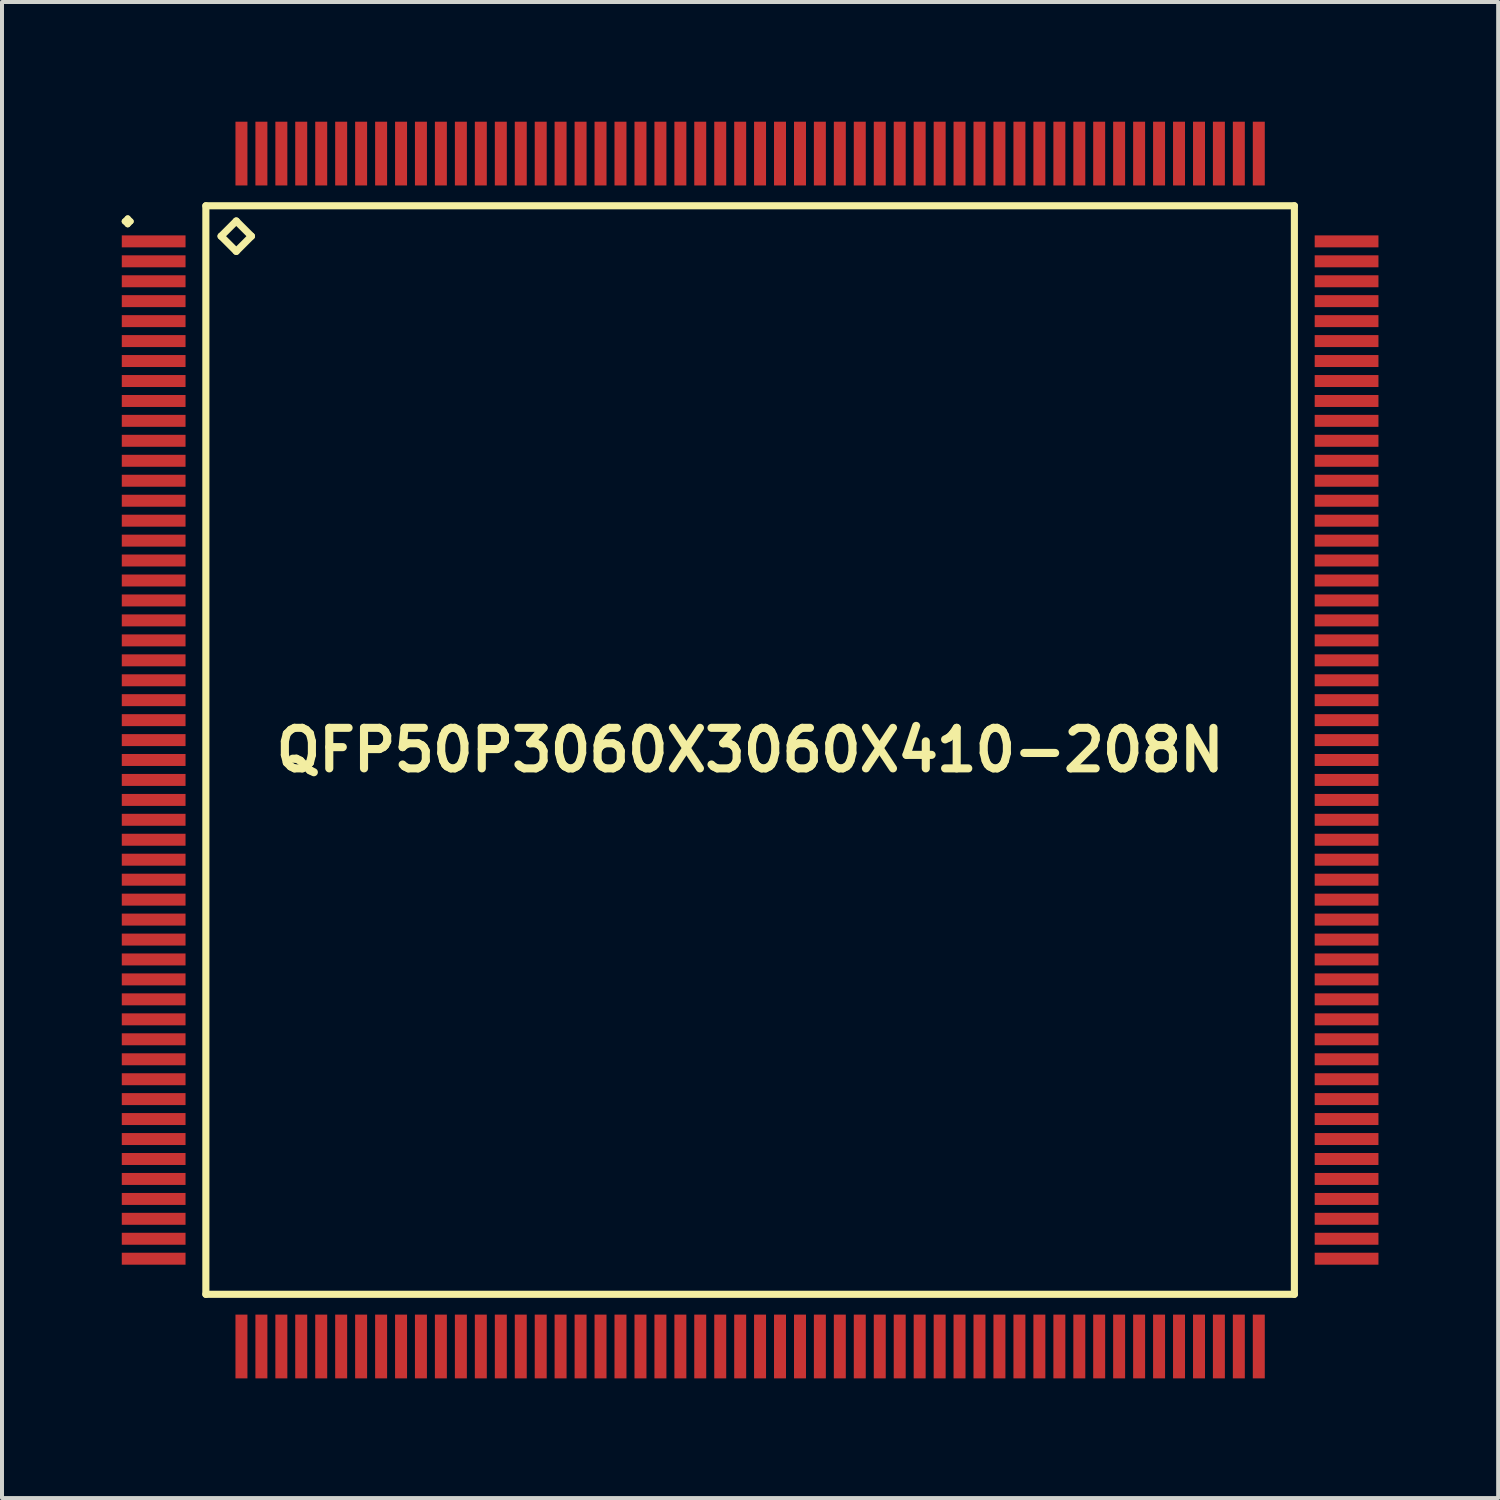
<source format=kicad_pcb>
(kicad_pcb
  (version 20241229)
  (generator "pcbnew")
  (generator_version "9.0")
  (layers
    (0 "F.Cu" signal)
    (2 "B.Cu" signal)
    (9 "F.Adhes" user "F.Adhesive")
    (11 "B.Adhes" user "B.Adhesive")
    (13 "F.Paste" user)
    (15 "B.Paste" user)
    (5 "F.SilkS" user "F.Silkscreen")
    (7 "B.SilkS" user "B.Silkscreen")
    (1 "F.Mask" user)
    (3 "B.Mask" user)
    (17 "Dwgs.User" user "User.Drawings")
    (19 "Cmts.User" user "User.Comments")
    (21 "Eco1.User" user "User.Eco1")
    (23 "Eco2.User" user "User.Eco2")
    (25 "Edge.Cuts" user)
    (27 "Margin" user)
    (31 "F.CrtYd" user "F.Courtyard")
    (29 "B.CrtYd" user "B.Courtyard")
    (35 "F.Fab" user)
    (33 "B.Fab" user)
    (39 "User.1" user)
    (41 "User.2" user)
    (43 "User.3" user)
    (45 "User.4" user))
  (footprint "QFP50P3060X3060X410-208N"
    (layer "F.Cu")
    (at 15.749 15.747)
    (property "Reference" "QFP50P3060X3060X410-208N" (at 0 0 0) (layer "F.SilkS") (effects (font (size 1.016 1.016) (thickness 0.203))))
    (attr smd)
    (fp_line (start -15.674 -13.249) (end -15.598 -13.325) (stroke (width 0.15) (type solid)) (layer "F.SilkS"))
    (fp_line (start -15.598 -13.325) (end -15.524 -13.249) (stroke (width 0.15) (type solid)) (layer "F.SilkS"))
    (fp_line (start -15.598 -13.175) (end -15.674 -13.249) (stroke (width 0.15) (type solid)) (layer "F.SilkS"))
    (fp_line (start -15.524 -13.249) (end -15.598 -13.175) (stroke (width 0.15) (type solid)) (layer "F.SilkS"))
    (fp_line (start -13.64 -13.64) (end -13.64 13.64) (stroke (width 0.178) (type solid)) (layer "F.SilkS"))
    (fp_line (start -13.64 13.64) (end 13.64 13.64) (stroke (width 0.178) (type solid)) (layer "F.SilkS"))
    (fp_line (start -13.259 -12.878) (end -12.878 -13.259) (stroke (width 0.178) (type solid)) (layer "F.SilkS"))
    (fp_line (start -12.878 -13.259) (end -12.497 -12.878) (stroke (width 0.178) (type solid)) (layer "F.SilkS"))
    (fp_line (start -12.878 -12.497) (end -13.259 -12.878) (stroke (width 0.178) (type solid)) (layer "F.SilkS"))
    (fp_line (start -12.497 -12.878) (end -12.878 -12.497) (stroke (width 0.178) (type solid)) (layer "F.SilkS"))
    (fp_line (start 13.64 -13.64) (end -13.64 -13.64) (stroke (width 0.178) (type solid)) (layer "F.SilkS"))
    (fp_line (start 13.64 13.64) (end 13.64 -13.64) (stroke (width 0.178) (type solid)) (layer "F.SilkS"))
    (pad "1" smd rect (at -14.948 -12.748) (size 1.598 0.3) (layers "F.Cu" "F.Mask" "F.Paste"))
    (pad "2" smd rect (at -14.948 -12.248) (size 1.598 0.3) (layers "F.Cu" "F.Mask" "F.Paste"))
    (pad "3" smd rect (at -14.948 -11.748) (size 1.598 0.3) (layers "F.Cu" "F.Mask" "F.Paste"))
    (pad "4" smd rect (at -14.948 -11.25) (size 1.598 0.3) (layers "F.Cu" "F.Mask" "F.Paste"))
    (pad "5" smd rect (at -14.948 -10.749) (size 1.598 0.3) (layers "F.Cu" "F.Mask" "F.Paste"))
    (pad "6" smd rect (at -14.948 -10.249) (size 1.598 0.3) (layers "F.Cu" "F.Mask" "F.Paste"))
    (pad "7" smd rect (at -14.948 -9.749) (size 1.598 0.3) (layers "F.Cu" "F.Mask" "F.Paste"))
    (pad "8" smd rect (at -14.948 -9.248) (size 1.598 0.3) (layers "F.Cu" "F.Mask" "F.Paste"))
    (pad "9" smd rect (at -14.948 -8.748) (size 1.598 0.3) (layers "F.Cu" "F.Mask" "F.Paste"))
    (pad "10" smd rect (at -14.948 -8.25) (size 1.598 0.3) (layers "F.Cu" "F.Mask" "F.Paste"))
    (pad "11" smd rect (at -14.948 -7.75) (size 1.598 0.3) (layers "F.Cu" "F.Mask" "F.Paste"))
    (pad "12" smd rect (at -14.948 -7.249) (size 1.598 0.3) (layers "F.Cu" "F.Mask" "F.Paste"))
    (pad "13" smd rect (at -14.948 -6.749) (size 1.598 0.3) (layers "F.Cu" "F.Mask" "F.Paste"))
    (pad "14" smd rect (at -14.948 -6.248) (size 1.598 0.3) (layers "F.Cu" "F.Mask" "F.Paste"))
    (pad "15" smd rect (at -14.948 -5.748) (size 1.598 0.3) (layers "F.Cu" "F.Mask" "F.Paste"))
    (pad "16" smd rect (at -14.948 -5.248) (size 1.598 0.3) (layers "F.Cu" "F.Mask" "F.Paste"))
    (pad "17" smd rect (at -14.948 -4.75) (size 1.598 0.3) (layers "F.Cu" "F.Mask" "F.Paste"))
    (pad "18" smd rect (at -14.948 -4.249) (size 1.598 0.3) (layers "F.Cu" "F.Mask" "F.Paste"))
    (pad "19" smd rect (at -14.948 -3.749) (size 1.598 0.3) (layers "F.Cu" "F.Mask" "F.Paste"))
    (pad "20" smd rect (at -14.948 -3.249) (size 1.598 0.3) (layers "F.Cu" "F.Mask" "F.Paste"))
    (pad "21" smd rect (at -14.948 -2.748) (size 1.598 0.3) (layers "F.Cu" "F.Mask" "F.Paste"))
    (pad "22" smd rect (at -14.948 -2.248) (size 1.598 0.3) (layers "F.Cu" "F.Mask" "F.Paste"))
    (pad "23" smd rect (at -14.948 -1.748) (size 1.598 0.3) (layers "F.Cu" "F.Mask" "F.Paste"))
    (pad "24" smd rect (at -14.948 -1.25) (size 1.598 0.3) (layers "F.Cu" "F.Mask" "F.Paste"))
    (pad "25" smd rect (at -14.948 -0.749) (size 1.598 0.3) (layers "F.Cu" "F.Mask" "F.Paste"))
    (pad "26" smd rect (at -14.948 -0.249) (size 1.598 0.3) (layers "F.Cu" "F.Mask" "F.Paste"))
    (pad "27" smd rect (at -14.948 0.249) (size 1.598 0.3) (layers "F.Cu" "F.Mask" "F.Paste"))
    (pad "28" smd rect (at -14.948 0.749) (size 1.598 0.3) (layers "F.Cu" "F.Mask" "F.Paste"))
    (pad "29" smd rect (at -14.948 1.25) (size 1.598 0.3) (layers "F.Cu" "F.Mask" "F.Paste"))
    (pad "30" smd rect (at -14.948 1.748) (size 1.598 0.3) (layers "F.Cu" "F.Mask" "F.Paste"))
    (pad "31" smd rect (at -14.948 2.248) (size 1.598 0.3) (layers "F.Cu" "F.Mask" "F.Paste"))
    (pad "32" smd rect (at -14.948 2.748) (size 1.598 0.3) (layers "F.Cu" "F.Mask" "F.Paste"))
    (pad "33" smd rect (at -14.948 3.249) (size 1.598 0.3) (layers "F.Cu" "F.Mask" "F.Paste"))
    (pad "34" smd rect (at -14.948 3.749) (size 1.598 0.3) (layers "F.Cu" "F.Mask" "F.Paste"))
    (pad "35" smd rect (at -14.948 4.249) (size 1.598 0.3) (layers "F.Cu" "F.Mask" "F.Paste"))
    (pad "36" smd rect (at -14.948 4.75) (size 1.598 0.3) (layers "F.Cu" "F.Mask" "F.Paste"))
    (pad "37" smd rect (at -14.948 5.248) (size 1.598 0.3) (layers "F.Cu" "F.Mask" "F.Paste"))
    (pad "38" smd rect (at -14.948 5.748) (size 1.598 0.3) (layers "F.Cu" "F.Mask" "F.Paste"))
    (pad "39" smd rect (at -14.948 6.248) (size 1.598 0.3) (layers "F.Cu" "F.Mask" "F.Paste"))
    (pad "40" smd rect (at -14.948 6.749) (size 1.598 0.3) (layers "F.Cu" "F.Mask" "F.Paste"))
    (pad "41" smd rect (at -14.948 7.249) (size 1.598 0.3) (layers "F.Cu" "F.Mask" "F.Paste"))
    (pad "42" smd rect (at -14.948 7.75) (size 1.598 0.3) (layers "F.Cu" "F.Mask" "F.Paste"))
    (pad "43" smd rect (at -14.948 8.25) (size 1.598 0.3) (layers "F.Cu" "F.Mask" "F.Paste"))
    (pad "44" smd rect (at -14.948 8.748) (size 1.598 0.3) (layers "F.Cu" "F.Mask" "F.Paste"))
    (pad "45" smd rect (at -14.948 9.248) (size 1.598 0.3) (layers "F.Cu" "F.Mask" "F.Paste"))
    (pad "46" smd rect (at -14.948 9.749) (size 1.598 0.3) (layers "F.Cu" "F.Mask" "F.Paste"))
    (pad "47" smd rect (at -14.948 10.249) (size 1.598 0.3) (layers "F.Cu" "F.Mask" "F.Paste"))
    (pad "48" smd rect (at -14.948 10.749) (size 1.598 0.3) (layers "F.Cu" "F.Mask" "F.Paste"))
    (pad "49" smd rect (at -14.948 11.25) (size 1.598 0.3) (layers "F.Cu" "F.Mask" "F.Paste"))
    (pad "50" smd rect (at -14.948 11.748) (size 1.598 0.3) (layers "F.Cu" "F.Mask" "F.Paste"))
    (pad "51" smd rect (at -14.948 12.248) (size 1.598 0.3) (layers "F.Cu" "F.Mask" "F.Paste"))
    (pad "52" smd rect (at -14.948 12.748) (size 1.598 0.3) (layers "F.Cu" "F.Mask" "F.Paste"))
    (pad "53" smd rect (at -12.748 14.948) (size 0.3 1.598) (layers "F.Cu" "F.Mask" "F.Paste"))
    (pad "54" smd rect (at -12.248 14.948) (size 0.3 1.598) (layers "F.Cu" "F.Mask" "F.Paste"))
    (pad "55" smd rect (at -11.748 14.948) (size 0.3 1.598) (layers "F.Cu" "F.Mask" "F.Paste"))
    (pad "56" smd rect (at -11.25 14.948) (size 0.3 1.598) (layers "F.Cu" "F.Mask" "F.Paste"))
    (pad "57" smd rect (at -10.749 14.948) (size 0.3 1.598) (layers "F.Cu" "F.Mask" "F.Paste"))
    (pad "58" smd rect (at -10.249 14.948) (size 0.3 1.598) (layers "F.Cu" "F.Mask" "F.Paste"))
    (pad "59" smd rect (at -9.749 14.948) (size 0.3 1.598) (layers "F.Cu" "F.Mask" "F.Paste"))
    (pad "60" smd rect (at -9.248 14.948) (size 0.3 1.598) (layers "F.Cu" "F.Mask" "F.Paste"))
    (pad "61" smd rect (at -8.748 14.948) (size 0.3 1.598) (layers "F.Cu" "F.Mask" "F.Paste"))
    (pad "62" smd rect (at -8.25 14.948) (size 0.3 1.598) (layers "F.Cu" "F.Mask" "F.Paste"))
    (pad "63" smd rect (at -7.75 14.948) (size 0.3 1.598) (layers "F.Cu" "F.Mask" "F.Paste"))
    (pad "64" smd rect (at -7.249 14.948) (size 0.3 1.598) (layers "F.Cu" "F.Mask" "F.Paste"))
    (pad "65" smd rect (at -6.749 14.948) (size 0.3 1.598) (layers "F.Cu" "F.Mask" "F.Paste"))
    (pad "66" smd rect (at -6.248 14.948) (size 0.3 1.598) (layers "F.Cu" "F.Mask" "F.Paste"))
    (pad "67" smd rect (at -5.748 14.948) (size 0.3 1.598) (layers "F.Cu" "F.Mask" "F.Paste"))
    (pad "68" smd rect (at -5.248 14.948) (size 0.3 1.598) (layers "F.Cu" "F.Mask" "F.Paste"))
    (pad "69" smd rect (at -4.75 14.948) (size 0.3 1.598) (layers "F.Cu" "F.Mask" "F.Paste"))
    (pad "70" smd rect (at -4.249 14.948) (size 0.3 1.598) (layers "F.Cu" "F.Mask" "F.Paste"))
    (pad "71" smd rect (at -3.749 14.948) (size 0.3 1.598) (layers "F.Cu" "F.Mask" "F.Paste"))
    (pad "72" smd rect (at -3.249 14.948) (size 0.3 1.598) (layers "F.Cu" "F.Mask" "F.Paste"))
    (pad "73" smd rect (at -2.748 14.948) (size 0.3 1.598) (layers "F.Cu" "F.Mask" "F.Paste"))
    (pad "74" smd rect (at -2.248 14.948) (size 0.3 1.598) (layers "F.Cu" "F.Mask" "F.Paste"))
    (pad "75" smd rect (at -1.748 14.948) (size 0.3 1.598) (layers "F.Cu" "F.Mask" "F.Paste"))
    (pad "76" smd rect (at -1.25 14.948) (size 0.3 1.598) (layers "F.Cu" "F.Mask" "F.Paste"))
    (pad "77" smd rect (at -0.749 14.948) (size 0.3 1.598) (layers "F.Cu" "F.Mask" "F.Paste"))
    (pad "78" smd rect (at -0.249 14.948) (size 0.3 1.598) (layers "F.Cu" "F.Mask" "F.Paste"))
    (pad "79" smd rect (at 0.249 14.948) (size 0.3 1.598) (layers "F.Cu" "F.Mask" "F.Paste"))
    (pad "80" smd rect (at 0.749 14.948) (size 0.3 1.598) (layers "F.Cu" "F.Mask" "F.Paste"))
    (pad "81" smd rect (at 1.25 14.948) (size 0.3 1.598) (layers "F.Cu" "F.Mask" "F.Paste"))
    (pad "82" smd rect (at 1.748 14.948) (size 0.3 1.598) (layers "F.Cu" "F.Mask" "F.Paste"))
    (pad "83" smd rect (at 2.248 14.948) (size 0.3 1.598) (layers "F.Cu" "F.Mask" "F.Paste"))
    (pad "84" smd rect (at 2.748 14.948) (size 0.3 1.598) (layers "F.Cu" "F.Mask" "F.Paste"))
    (pad "85" smd rect (at 3.249 14.948) (size 0.3 1.598) (layers "F.Cu" "F.Mask" "F.Paste"))
    (pad "86" smd rect (at 3.749 14.948) (size 0.3 1.598) (layers "F.Cu" "F.Mask" "F.Paste"))
    (pad "87" smd rect (at 4.249 14.948) (size 0.3 1.598) (layers "F.Cu" "F.Mask" "F.Paste"))
    (pad "88" smd rect (at 4.75 14.948) (size 0.3 1.598) (layers "F.Cu" "F.Mask" "F.Paste"))
    (pad "89" smd rect (at 5.248 14.948) (size 0.3 1.598) (layers "F.Cu" "F.Mask" "F.Paste"))
    (pad "90" smd rect (at 5.748 14.948) (size 0.3 1.598) (layers "F.Cu" "F.Mask" "F.Paste"))
    (pad "91" smd rect (at 6.248 14.948) (size 0.3 1.598) (layers "F.Cu" "F.Mask" "F.Paste"))
    (pad "92" smd rect (at 6.749 14.948) (size 0.3 1.598) (layers "F.Cu" "F.Mask" "F.Paste"))
    (pad "93" smd rect (at 7.249 14.948) (size 0.3 1.598) (layers "F.Cu" "F.Mask" "F.Paste"))
    (pad "94" smd rect (at 7.75 14.948) (size 0.3 1.598) (layers "F.Cu" "F.Mask" "F.Paste"))
    (pad "95" smd rect (at 8.25 14.948) (size 0.3 1.598) (layers "F.Cu" "F.Mask" "F.Paste"))
    (pad "96" smd rect (at 8.748 14.948) (size 0.3 1.598) (layers "F.Cu" "F.Mask" "F.Paste"))
    (pad "97" smd rect (at 9.248 14.948) (size 0.3 1.598) (layers "F.Cu" "F.Mask" "F.Paste"))
    (pad "98" smd rect (at 9.749 14.948) (size 0.3 1.598) (layers "F.Cu" "F.Mask" "F.Paste"))
    (pad "99" smd rect (at 10.249 14.948) (size 0.3 1.598) (layers "F.Cu" "F.Mask" "F.Paste"))
    (pad "100" smd rect (at 10.749 14.948) (size 0.3 1.598) (layers "F.Cu" "F.Mask" "F.Paste"))
    (pad "101" smd rect (at 11.25 14.948) (size 0.3 1.598) (layers "F.Cu" "F.Mask" "F.Paste"))
    (pad "102" smd rect (at 11.748 14.948) (size 0.3 1.598) (layers "F.Cu" "F.Mask" "F.Paste"))
    (pad "103" smd rect (at 12.248 14.948) (size 0.3 1.598) (layers "F.Cu" "F.Mask" "F.Paste"))
    (pad "104" smd rect (at 12.748 14.948) (size 0.3 1.598) (layers "F.Cu" "F.Mask" "F.Paste"))
    (pad "105" smd rect (at 14.948 12.748) (size 1.598 0.3) (layers "F.Cu" "F.Mask" "F.Paste"))
    (pad "106" smd rect (at 14.948 12.248) (size 1.598 0.3) (layers "F.Cu" "F.Mask" "F.Paste"))
    (pad "107" smd rect (at 14.948 11.748) (size 1.598 0.3) (layers "F.Cu" "F.Mask" "F.Paste"))
    (pad "108" smd rect (at 14.948 11.25) (size 1.598 0.3) (layers "F.Cu" "F.Mask" "F.Paste"))
    (pad "109" smd rect (at 14.948 10.749) (size 1.598 0.3) (layers "F.Cu" "F.Mask" "F.Paste"))
    (pad "110" smd rect (at 14.948 10.249) (size 1.598 0.3) (layers "F.Cu" "F.Mask" "F.Paste"))
    (pad "111" smd rect (at 14.948 9.749) (size 1.598 0.3) (layers "F.Cu" "F.Mask" "F.Paste"))
    (pad "112" smd rect (at 14.948 9.248) (size 1.598 0.3) (layers "F.Cu" "F.Mask" "F.Paste"))
    (pad "113" smd rect (at 14.948 8.748) (size 1.598 0.3) (layers "F.Cu" "F.Mask" "F.Paste"))
    (pad "114" smd rect (at 14.948 8.25) (size 1.598 0.3) (layers "F.Cu" "F.Mask" "F.Paste"))
    (pad "115" smd rect (at 14.948 7.75) (size 1.598 0.3) (layers "F.Cu" "F.Mask" "F.Paste"))
    (pad "116" smd rect (at 14.948 7.249) (size 1.598 0.3) (layers "F.Cu" "F.Mask" "F.Paste"))
    (pad "117" smd rect (at 14.948 6.749) (size 1.598 0.3) (layers "F.Cu" "F.Mask" "F.Paste"))
    (pad "118" smd rect (at 14.948 6.248) (size 1.598 0.3) (layers "F.Cu" "F.Mask" "F.Paste"))
    (pad "119" smd rect (at 14.948 5.748) (size 1.598 0.3) (layers "F.Cu" "F.Mask" "F.Paste"))
    (pad "120" smd rect (at 14.948 5.248) (size 1.598 0.3) (layers "F.Cu" "F.Mask" "F.Paste"))
    (pad "121" smd rect (at 14.948 4.75) (size 1.598 0.3) (layers "F.Cu" "F.Mask" "F.Paste"))
    (pad "122" smd rect (at 14.948 4.249) (size 1.598 0.3) (layers "F.Cu" "F.Mask" "F.Paste"))
    (pad "123" smd rect (at 14.948 3.749) (size 1.598 0.3) (layers "F.Cu" "F.Mask" "F.Paste"))
    (pad "124" smd rect (at 14.948 3.249) (size 1.598 0.3) (layers "F.Cu" "F.Mask" "F.Paste"))
    (pad "125" smd rect (at 14.948 2.748) (size 1.598 0.3) (layers "F.Cu" "F.Mask" "F.Paste"))
    (pad "126" smd rect (at 14.948 2.248) (size 1.598 0.3) (layers "F.Cu" "F.Mask" "F.Paste"))
    (pad "127" smd rect (at 14.948 1.748) (size 1.598 0.3) (layers "F.Cu" "F.Mask" "F.Paste"))
    (pad "128" smd rect (at 14.948 1.25) (size 1.598 0.3) (layers "F.Cu" "F.Mask" "F.Paste"))
    (pad "129" smd rect (at 14.948 0.749) (size 1.598 0.3) (layers "F.Cu" "F.Mask" "F.Paste"))
    (pad "130" smd rect (at 14.948 0.249) (size 1.598 0.3) (layers "F.Cu" "F.Mask" "F.Paste"))
    (pad "131" smd rect (at 14.948 -0.249) (size 1.598 0.3) (layers "F.Cu" "F.Mask" "F.Paste"))
    (pad "132" smd rect (at 14.948 -0.749) (size 1.598 0.3) (layers "F.Cu" "F.Mask" "F.Paste"))
    (pad "133" smd rect (at 14.948 -1.25) (size 1.598 0.3) (layers "F.Cu" "F.Mask" "F.Paste"))
    (pad "134" smd rect (at 14.948 -1.748) (size 1.598 0.3) (layers "F.Cu" "F.Mask" "F.Paste"))
    (pad "135" smd rect (at 14.948 -2.248) (size 1.598 0.3) (layers "F.Cu" "F.Mask" "F.Paste"))
    (pad "136" smd rect (at 14.948 -2.748) (size 1.598 0.3) (layers "F.Cu" "F.Mask" "F.Paste"))
    (pad "137" smd rect (at 14.948 -3.249) (size 1.598 0.3) (layers "F.Cu" "F.Mask" "F.Paste"))
    (pad "138" smd rect (at 14.948 -3.749) (size 1.598 0.3) (layers "F.Cu" "F.Mask" "F.Paste"))
    (pad "139" smd rect (at 14.948 -4.249) (size 1.598 0.3) (layers "F.Cu" "F.Mask" "F.Paste"))
    (pad "140" smd rect (at 14.948 -4.75) (size 1.598 0.3) (layers "F.Cu" "F.Mask" "F.Paste"))
    (pad "141" smd rect (at 14.948 -5.248) (size 1.598 0.3) (layers "F.Cu" "F.Mask" "F.Paste"))
    (pad "142" smd rect (at 14.948 -5.748) (size 1.598 0.3) (layers "F.Cu" "F.Mask" "F.Paste"))
    (pad "143" smd rect (at 14.948 -6.248) (size 1.598 0.3) (layers "F.Cu" "F.Mask" "F.Paste"))
    (pad "144" smd rect (at 14.948 -6.749) (size 1.598 0.3) (layers "F.Cu" "F.Mask" "F.Paste"))
    (pad "145" smd rect (at 14.948 -7.249) (size 1.598 0.3) (layers "F.Cu" "F.Mask" "F.Paste"))
    (pad "146" smd rect (at 14.948 -7.75) (size 1.598 0.3) (layers "F.Cu" "F.Mask" "F.Paste"))
    (pad "147" smd rect (at 14.948 -8.25) (size 1.598 0.3) (layers "F.Cu" "F.Mask" "F.Paste"))
    (pad "148" smd rect (at 14.948 -8.748) (size 1.598 0.3) (layers "F.Cu" "F.Mask" "F.Paste"))
    (pad "149" smd rect (at 14.948 -9.248) (size 1.598 0.3) (layers "F.Cu" "F.Mask" "F.Paste"))
    (pad "150" smd rect (at 14.948 -9.749) (size 1.598 0.3) (layers "F.Cu" "F.Mask" "F.Paste"))
    (pad "151" smd rect (at 14.948 -10.249) (size 1.598 0.3) (layers "F.Cu" "F.Mask" "F.Paste"))
    (pad "152" smd rect (at 14.948 -10.749) (size 1.598 0.3) (layers "F.Cu" "F.Mask" "F.Paste"))
    (pad "153" smd rect (at 14.948 -11.25) (size 1.598 0.3) (layers "F.Cu" "F.Mask" "F.Paste"))
    (pad "154" smd rect (at 14.948 -11.748) (size 1.598 0.3) (layers "F.Cu" "F.Mask" "F.Paste"))
    (pad "155" smd rect (at 14.948 -12.248) (size 1.598 0.3) (layers "F.Cu" "F.Mask" "F.Paste"))
    (pad "156" smd rect (at 14.948 -12.748) (size 1.598 0.3) (layers "F.Cu" "F.Mask" "F.Paste"))
    (pad "157" smd rect (at 12.748 -14.948) (size 0.3 1.598) (layers "F.Cu" "F.Mask" "F.Paste"))
    (pad "158" smd rect (at 12.248 -14.948) (size 0.3 1.598) (layers "F.Cu" "F.Mask" "F.Paste"))
    (pad "159" smd rect (at 11.748 -14.948) (size 0.3 1.598) (layers "F.Cu" "F.Mask" "F.Paste"))
    (pad "160" smd rect (at 11.25 -14.948) (size 0.3 1.598) (layers "F.Cu" "F.Mask" "F.Paste"))
    (pad "161" smd rect (at 10.749 -14.948) (size 0.3 1.598) (layers "F.Cu" "F.Mask" "F.Paste"))
    (pad "162" smd rect (at 10.249 -14.948) (size 0.3 1.598) (layers "F.Cu" "F.Mask" "F.Paste"))
    (pad "163" smd rect (at 9.749 -14.948) (size 0.3 1.598) (layers "F.Cu" "F.Mask" "F.Paste"))
    (pad "164" smd rect (at 9.248 -14.948) (size 0.3 1.598) (layers "F.Cu" "F.Mask" "F.Paste"))
    (pad "165" smd rect (at 8.748 -14.948) (size 0.3 1.598) (layers "F.Cu" "F.Mask" "F.Paste"))
    (pad "166" smd rect (at 8.25 -14.948) (size 0.3 1.598) (layers "F.Cu" "F.Mask" "F.Paste"))
    (pad "167" smd rect (at 7.75 -14.948) (size 0.3 1.598) (layers "F.Cu" "F.Mask" "F.Paste"))
    (pad "168" smd rect (at 7.249 -14.948) (size 0.3 1.598) (layers "F.Cu" "F.Mask" "F.Paste"))
    (pad "169" smd rect (at 6.749 -14.948) (size 0.3 1.598) (layers "F.Cu" "F.Mask" "F.Paste"))
    (pad "170" smd rect (at 6.248 -14.948) (size 0.3 1.598) (layers "F.Cu" "F.Mask" "F.Paste"))
    (pad "171" smd rect (at 5.748 -14.948) (size 0.3 1.598) (layers "F.Cu" "F.Mask" "F.Paste"))
    (pad "172" smd rect (at 5.248 -14.948) (size 0.3 1.598) (layers "F.Cu" "F.Mask" "F.Paste"))
    (pad "173" smd rect (at 4.75 -14.948) (size 0.3 1.598) (layers "F.Cu" "F.Mask" "F.Paste"))
    (pad "174" smd rect (at 4.249 -14.948) (size 0.3 1.598) (layers "F.Cu" "F.Mask" "F.Paste"))
    (pad "175" smd rect (at 3.749 -14.948) (size 0.3 1.598) (layers "F.Cu" "F.Mask" "F.Paste"))
    (pad "176" smd rect (at 3.249 -14.948) (size 0.3 1.598) (layers "F.Cu" "F.Mask" "F.Paste"))
    (pad "177" smd rect (at 2.748 -14.948) (size 0.3 1.598) (layers "F.Cu" "F.Mask" "F.Paste"))
    (pad "178" smd rect (at 2.248 -14.948) (size 0.3 1.598) (layers "F.Cu" "F.Mask" "F.Paste"))
    (pad "179" smd rect (at 1.748 -14.948) (size 0.3 1.598) (layers "F.Cu" "F.Mask" "F.Paste"))
    (pad "180" smd rect (at 1.25 -14.948) (size 0.3 1.598) (layers "F.Cu" "F.Mask" "F.Paste"))
    (pad "181" smd rect (at 0.749 -14.948) (size 0.3 1.598) (layers "F.Cu" "F.Mask" "F.Paste"))
    (pad "182" smd rect (at 0.249 -14.948) (size 0.3 1.598) (layers "F.Cu" "F.Mask" "F.Paste"))
    (pad "183" smd rect (at -0.249 -14.948) (size 0.3 1.598) (layers "F.Cu" "F.Mask" "F.Paste"))
    (pad "184" smd rect (at -0.749 -14.948) (size 0.3 1.598) (layers "F.Cu" "F.Mask" "F.Paste"))
    (pad "185" smd rect (at -1.25 -14.948) (size 0.3 1.598) (layers "F.Cu" "F.Mask" "F.Paste"))
    (pad "186" smd rect (at -1.748 -14.948) (size 0.3 1.598) (layers "F.Cu" "F.Mask" "F.Paste"))
    (pad "187" smd rect (at -2.248 -14.948) (size 0.3 1.598) (layers "F.Cu" "F.Mask" "F.Paste"))
    (pad "188" smd rect (at -2.748 -14.948) (size 0.3 1.598) (layers "F.Cu" "F.Mask" "F.Paste"))
    (pad "189" smd rect (at -3.249 -14.948) (size 0.3 1.598) (layers "F.Cu" "F.Mask" "F.Paste"))
    (pad "190" smd rect (at -3.749 -14.948) (size 0.3 1.598) (layers "F.Cu" "F.Mask" "F.Paste"))
    (pad "191" smd rect (at -4.249 -14.948) (size 0.3 1.598) (layers "F.Cu" "F.Mask" "F.Paste"))
    (pad "192" smd rect (at -4.75 -14.948) (size 0.3 1.598) (layers "F.Cu" "F.Mask" "F.Paste"))
    (pad "193" smd rect (at -5.248 -14.948) (size 0.3 1.598) (layers "F.Cu" "F.Mask" "F.Paste"))
    (pad "194" smd rect (at -5.748 -14.948) (size 0.3 1.598) (layers "F.Cu" "F.Mask" "F.Paste"))
    (pad "195" smd rect (at -6.248 -14.948) (size 0.3 1.598) (layers "F.Cu" "F.Mask" "F.Paste"))
    (pad "196" smd rect (at -6.749 -14.948) (size 0.3 1.598) (layers "F.Cu" "F.Mask" "F.Paste"))
    (pad "197" smd rect (at -7.249 -14.948) (size 0.3 1.598) (layers "F.Cu" "F.Mask" "F.Paste"))
    (pad "198" smd rect (at -7.75 -14.948) (size 0.3 1.598) (layers "F.Cu" "F.Mask" "F.Paste"))
    (pad "199" smd rect (at -8.25 -14.948) (size 0.3 1.598) (layers "F.Cu" "F.Mask" "F.Paste"))
    (pad "200" smd rect (at -8.748 -14.948) (size 0.3 1.598) (layers "F.Cu" "F.Mask" "F.Paste"))
    (pad "201" smd rect (at -9.248 -14.948) (size 0.3 1.598) (layers "F.Cu" "F.Mask" "F.Paste"))
    (pad "202" smd rect (at -9.749 -14.948) (size 0.3 1.598) (layers "F.Cu" "F.Mask" "F.Paste"))
    (pad "203" smd rect (at -10.249 -14.948) (size 0.3 1.598) (layers "F.Cu" "F.Mask" "F.Paste"))
    (pad "204" smd rect (at -10.749 -14.948) (size 0.3 1.598) (layers "F.Cu" "F.Mask" "F.Paste"))
    (pad "205" smd rect (at -11.25 -14.948) (size 0.3 1.598) (layers "F.Cu" "F.Mask" "F.Paste"))
    (pad "206" smd rect (at -11.748 -14.948) (size 0.3 1.598) (layers "F.Cu" "F.Mask" "F.Paste"))
    (pad "207" smd rect (at -12.248 -14.948) (size 0.3 1.598) (layers "F.Cu" "F.Mask" "F.Paste"))
    (pad "208" smd rect (at -12.748 -14.948) (size 0.3 1.598) (layers "F.Cu" "F.Mask" "F.Paste")))
  (gr_rect
    (start -3 -3)
    (end 34.496 34.493)
    (stroke (width 0.1) (type default))
    (fill no)
    (layer "Edge.Cuts")))
</source>
